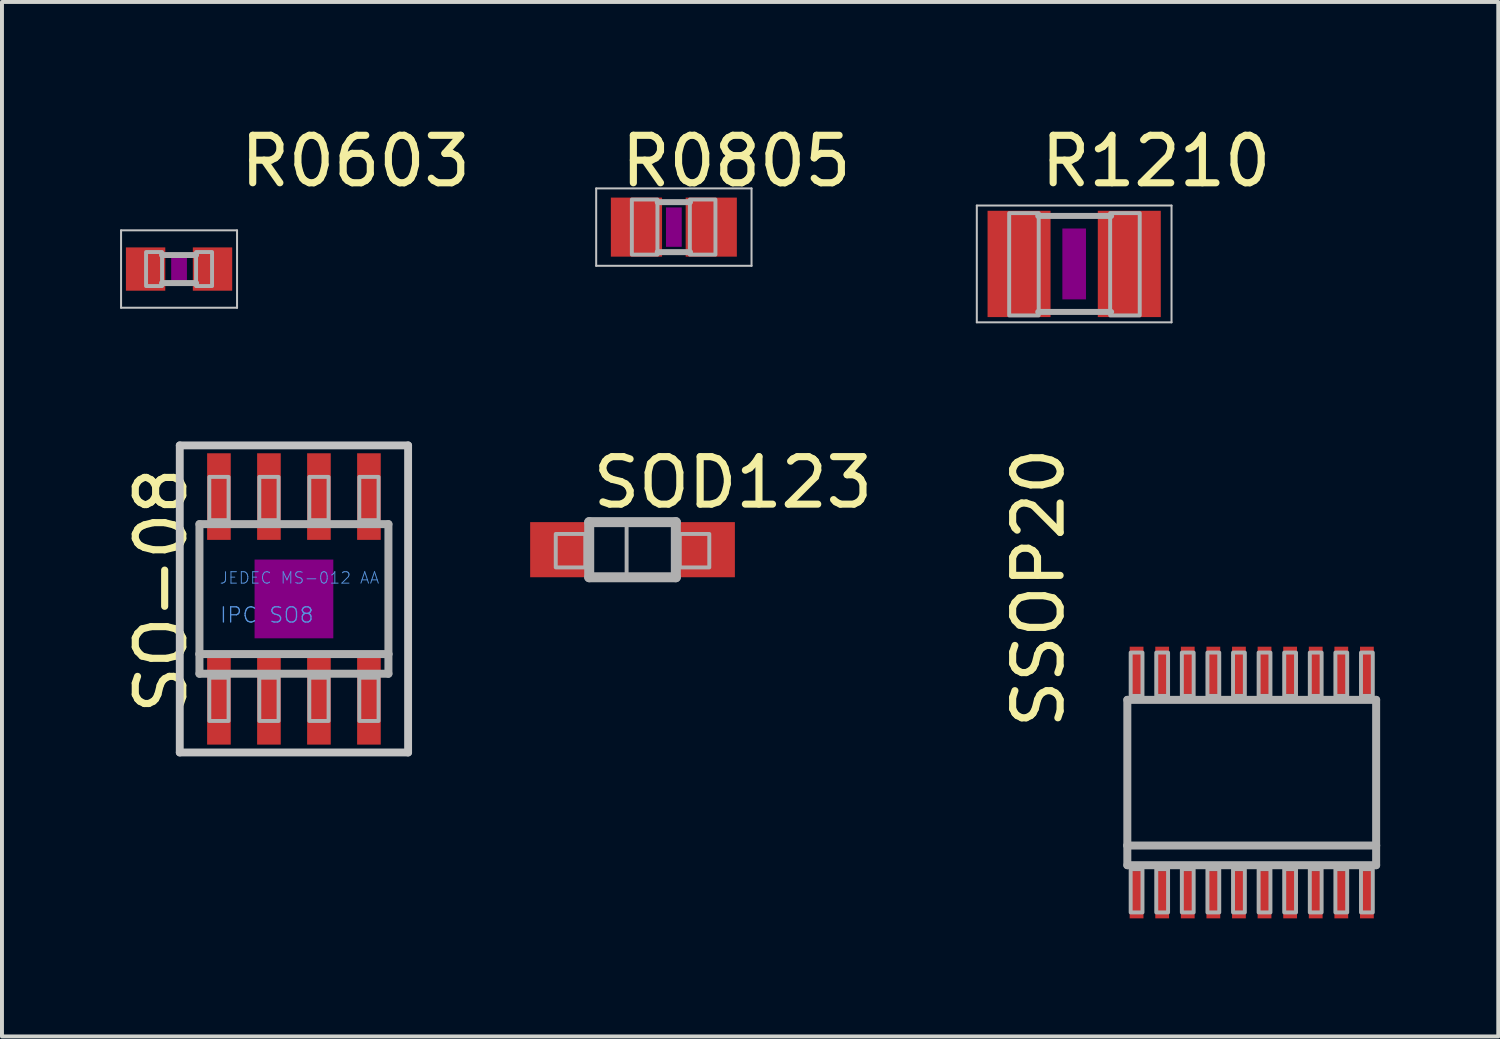
<source format=kicad_pcb>
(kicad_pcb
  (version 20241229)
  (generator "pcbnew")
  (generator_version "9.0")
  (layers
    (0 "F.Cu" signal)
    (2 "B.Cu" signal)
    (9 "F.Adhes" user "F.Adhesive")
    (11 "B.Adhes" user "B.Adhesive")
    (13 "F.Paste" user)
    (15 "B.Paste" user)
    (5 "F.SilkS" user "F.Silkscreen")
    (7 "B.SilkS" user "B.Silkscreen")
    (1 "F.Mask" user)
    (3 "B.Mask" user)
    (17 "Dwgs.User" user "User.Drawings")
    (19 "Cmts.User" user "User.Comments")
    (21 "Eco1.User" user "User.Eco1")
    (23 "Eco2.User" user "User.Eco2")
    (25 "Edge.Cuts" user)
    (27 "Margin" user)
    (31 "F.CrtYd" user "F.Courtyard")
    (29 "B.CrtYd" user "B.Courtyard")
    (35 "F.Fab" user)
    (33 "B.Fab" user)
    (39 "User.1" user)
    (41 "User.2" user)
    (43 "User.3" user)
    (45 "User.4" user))
  (footprint "SSOP20"
    (layer "F.Cu")
    (at 28.744 16.826)
    (property "Reference" "SSOP20" (at -4.71 -1.295 90) (layer "F.SilkS") (effects (font (size 1.206 1.206) (thickness 0.181)) (justify left bottom)))
    (attr through_hole)
    (fp_line (start -3.16 -2.1) (end 3.16 -2.1) (stroke (width 0.203) (type solid)) (layer "F.Fab"))
    (fp_line (start -3.16 1.6) (end -3.16 -2.1) (stroke (width 0.203) (type solid)) (layer "F.Fab"))
    (fp_line (start -3.16 2.1) (end -3.16 1.6) (stroke (width 0.203) (type solid)) (layer "F.Fab"))
    (fp_line (start 3.16 -2.1) (end 3.16 1.6) (stroke (width 0.203) (type solid)) (layer "F.Fab"))
    (fp_line (start 3.16 1.6) (end -3.16 1.6) (stroke (width 0.203) (type solid)) (layer "F.Fab"))
    (fp_line (start 3.16 1.6) (end 3.16 2.1) (stroke (width 0.203) (type solid)) (layer "F.Fab"))
    (fp_line (start 3.16 2.1) (end -3.16 2.1) (stroke (width 0.203) (type solid)) (layer "F.Fab"))
    (fp_poly (pts (xy -3.075 3.3) (xy -2.775 3.3) (xy -2.775 2.2) (xy -3.075 2.2)) (stroke (width 0.1) (type solid)) (fill no) (layer "F.Fab"))
    (fp_poly (pts (xy -2.775 -3.3) (xy -3.075 -3.3) (xy -3.075 -2.2) (xy -2.775 -2.2)) (stroke (width 0.1) (type solid)) (fill no) (layer "F.Fab"))
    (fp_poly (pts (xy -2.425 3.3) (xy -2.125 3.3) (xy -2.125 2.2) (xy -2.425 2.2)) (stroke (width 0.1) (type solid)) (fill no) (layer "F.Fab"))
    (fp_poly (pts (xy -2.125 -3.3) (xy -2.425 -3.3) (xy -2.425 -2.2) (xy -2.125 -2.2)) (stroke (width 0.1) (type solid)) (fill no) (layer "F.Fab"))
    (fp_poly (pts (xy -1.775 3.3) (xy -1.475 3.3) (xy -1.475 2.2) (xy -1.775 2.2)) (stroke (width 0.1) (type solid)) (fill no) (layer "F.Fab"))
    (fp_poly (pts (xy -1.475 -3.3) (xy -1.775 -3.3) (xy -1.775 -2.2) (xy -1.475 -2.2)) (stroke (width 0.1) (type solid)) (fill no) (layer "F.Fab"))
    (fp_poly (pts (xy -1.125 3.3) (xy -0.825 3.3) (xy -0.825 2.2) (xy -1.125 2.2)) (stroke (width 0.1) (type solid)) (fill no) (layer "F.Fab"))
    (fp_poly (pts (xy -0.825 -3.3) (xy -1.125 -3.3) (xy -1.125 -2.2) (xy -0.825 -2.2)) (stroke (width 0.1) (type solid)) (fill no) (layer "F.Fab"))
    (fp_poly (pts (xy -0.475 3.3) (xy -0.175 3.3) (xy -0.175 2.2) (xy -0.475 2.2)) (stroke (width 0.1) (type solid)) (fill no) (layer "F.Fab"))
    (fp_poly (pts (xy -0.175 -3.3) (xy -0.475 -3.3) (xy -0.475 -2.2) (xy -0.175 -2.2)) (stroke (width 0.1) (type solid)) (fill no) (layer "F.Fab"))
    (fp_poly (pts (xy 0.175 3.3) (xy 0.475 3.3) (xy 0.475 2.2) (xy 0.175 2.2)) (stroke (width 0.1) (type solid)) (fill no) (layer "F.Fab"))
    (fp_poly (pts (xy 0.475 -3.3) (xy 0.175 -3.3) (xy 0.175 -2.2) (xy 0.475 -2.2)) (stroke (width 0.1) (type solid)) (fill no) (layer "F.Fab"))
    (fp_poly (pts (xy 0.825 3.3) (xy 1.125 3.3) (xy 1.125 2.2) (xy 0.825 2.2)) (stroke (width 0.1) (type solid)) (fill no) (layer "F.Fab"))
    (fp_poly (pts (xy 1.125 -3.3) (xy 0.825 -3.3) (xy 0.825 -2.2) (xy 1.125 -2.2)) (stroke (width 0.1) (type solid)) (fill no) (layer "F.Fab"))
    (fp_poly (pts (xy 1.475 3.3) (xy 1.775 3.3) (xy 1.775 2.2) (xy 1.475 2.2)) (stroke (width 0.1) (type solid)) (fill no) (layer "F.Fab"))
    (fp_poly (pts (xy 1.775 -3.3) (xy 1.475 -3.3) (xy 1.475 -2.2) (xy 1.775 -2.2)) (stroke (width 0.1) (type solid)) (fill no) (layer "F.Fab"))
    (fp_poly (pts (xy 2.125 3.3) (xy 2.425 3.3) (xy 2.425 2.2) (xy 2.125 2.2)) (stroke (width 0.1) (type solid)) (fill no) (layer "F.Fab"))
    (fp_poly (pts (xy 2.425 -3.3) (xy 2.125 -3.3) (xy 2.125 -2.2) (xy 2.425 -2.2)) (stroke (width 0.1) (type solid)) (fill no) (layer "F.Fab"))
    (fp_poly (pts (xy 2.775 3.3) (xy 3.075 3.3) (xy 3.075 2.2) (xy 2.775 2.2)) (stroke (width 0.1) (type solid)) (fill no) (layer "F.Fab"))
    (fp_poly (pts (xy 3.075 -3.3) (xy 2.775 -3.3) (xy 2.775 -2.2) (xy 3.075 -2.2)) (stroke (width 0.1) (type solid)) (fill no) (layer "F.Fab"))
    (pad "1" smd rect (at -2.925 2.85) (size 0.35 1.2) (layers "F.Cu" "F.Mask" "F.Paste"))
    (pad "2" smd rect (at -2.275 2.85) (size 0.35 1.2) (layers "F.Cu" "F.Mask" "F.Paste"))
    (pad "3" smd rect (at -1.625 2.85) (size 0.35 1.2) (layers "F.Cu" "F.Mask" "F.Paste"))
    (pad "4" smd rect (at -0.975 2.85) (size 0.35 1.2) (layers "F.Cu" "F.Mask" "F.Paste"))
    (pad "5" smd rect (at -0.325 2.85) (size 0.35 1.2) (layers "F.Cu" "F.Mask" "F.Paste"))
    (pad "6" smd rect (at 0.325 2.85) (size 0.35 1.2) (layers "F.Cu" "F.Mask" "F.Paste"))
    (pad "7" smd rect (at 0.975 2.85) (size 0.35 1.2) (layers "F.Cu" "F.Mask" "F.Paste"))
    (pad "8" smd rect (at 1.625 2.85) (size 0.35 1.2) (layers "F.Cu" "F.Mask" "F.Paste"))
    (pad "9" smd rect (at 2.275 2.85) (size 0.35 1.2) (layers "F.Cu" "F.Mask" "F.Paste"))
    (pad "10" smd rect (at 2.925 2.85) (size 0.35 1.2) (layers "F.Cu" "F.Mask" "F.Paste"))
    (pad "11" smd rect (at 2.925 -2.85 180) (size 0.35 1.2) (layers "F.Cu" "F.Mask" "F.Paste"))
    (pad "12" smd rect (at 2.275 -2.85 180) (size 0.35 1.2) (layers "F.Cu" "F.Mask" "F.Paste"))
    (pad "13" smd rect (at 1.625 -2.85 180) (size 0.35 1.2) (layers "F.Cu" "F.Mask" "F.Paste"))
    (pad "14" smd rect (at 0.975 -2.85 180) (size 0.35 1.2) (layers "F.Cu" "F.Mask" "F.Paste"))
    (pad "15" smd rect (at 0.325 -2.85 180) (size 0.35 1.2) (layers "F.Cu" "F.Mask" "F.Paste"))
    (pad "16" smd rect (at -0.325 -2.85 180) (size 0.35 1.2) (layers "F.Cu" "F.Mask" "F.Paste"))
    (pad "17" smd rect (at -0.975 -2.85 180) (size 0.35 1.2) (layers "F.Cu" "F.Mask" "F.Paste"))
    (pad "18" smd rect (at -1.625 -2.85 180) (size 0.35 1.2) (layers "F.Cu" "F.Mask" "F.Paste"))
    (pad "19" smd rect (at -2.275 -2.85 180) (size 0.35 1.2) (layers "F.Cu" "F.Mask" "F.Paste"))
    (pad "20" smd rect (at -2.925 -2.85 180) (size 0.35 1.2) (layers "F.Cu" "F.Mask" "F.Paste")))
  (footprint "R0805"
    (layer "F.Cu")
    (at 14.066 2.719)
    (property "Reference" "R0805" (at -1.435 -0.97 180) (layer "F.SilkS") (effects (font (size 1.206 1.206) (thickness 0.181)) (justify left bottom)))
    (attr through_hole)
    (fp_poly (pts (xy -0.2 0.5) (xy 0.2 0.5) (xy 0.2 -0.5) (xy -0.2 -0.5)) (stroke (width 0) (type solid)) (fill yes) (layer "F.Adhes"))
    (fp_line (start -1.973 -0.983) (end 1.973 -0.983) (stroke (width 0.051) (type solid)) (layer "Dwgs.User"))
    (fp_line (start -1.973 0.983) (end -1.973 -0.983) (stroke (width 0.051) (type solid)) (layer "Dwgs.User"))
    (fp_line (start 1.973 -0.983) (end 1.973 0.983) (stroke (width 0.051) (type solid)) (layer "Dwgs.User"))
    (fp_line (start 1.973 0.983) (end -1.973 0.983) (stroke (width 0.051) (type solid)) (layer "Dwgs.User"))
    (fp_line (start -0.41 -0.635) (end 0.41 -0.635) (stroke (width 0.152) (type solid)) (layer "F.Fab"))
    (fp_line (start -0.41 0.635) (end 0.41 0.635) (stroke (width 0.152) (type solid)) (layer "F.Fab"))
    (fp_poly (pts (xy -1.067 0.699) (xy -0.417 0.699) (xy -0.417 -0.702) (xy -1.067 -0.702)) (stroke (width 0.1) (type solid)) (fill no) (layer "F.Fab"))
    (fp_poly (pts (xy 0.406 0.699) (xy 1.056 0.699) (xy 1.056 -0.702) (xy 0.406 -0.702)) (stroke (width 0.1) (type solid)) (fill no) (layer "F.Fab"))
    (pad "1" smd rect (at -0.95 0) (size 1.3 1.5) (layers "F.Cu" "F.Mask" "F.Paste"))
    (pad "2" smd rect (at 0.95 0) (size 1.3 1.5) (layers "F.Cu" "F.Mask" "F.Paste")))
  (footprint "SOD123"
    (layer "F.Cu")
    (at 13.016 10.912)
    (property "Reference" "SOD123" (at -1.1 -1 180) (layer "F.SilkS") (effects (font (size 1.206 1.206) (thickness 0.181)) (justify left bottom)))
    (attr through_hole)
    (fp_line (start -1.1 -0.7) (end 1.1 -0.7) (stroke (width 0.254) (type solid)) (layer "F.Fab"))
    (fp_line (start -1.1 0.7) (end -1.1 -0.7) (stroke (width 0.254) (type solid)) (layer "F.Fab"))
    (fp_line (start 1.1 -0.7) (end 1.1 0.7) (stroke (width 0.254) (type solid)) (layer "F.Fab"))
    (fp_line (start 1.1 0.7) (end -1.1 0.7) (stroke (width 0.254) (type solid)) (layer "F.Fab"))
    (fp_poly (pts (xy -1.95 0.45) (xy -1.2 0.45) (xy -1.2 -0.4) (xy -1.95 -0.4)) (stroke (width 0.1) (type solid)) (fill no) (layer "F.Fab"))
    (fp_poly (pts (xy -1.05 0.65) (xy -0.15 0.65) (xy -0.15 -0.7) (xy -1.05 -0.7)) (stroke (width 0.1) (type solid)) (fill no) (layer "F.Fab"))
    (fp_poly (pts (xy 1.2 0.45) (xy 1.95 0.45) (xy 1.95 -0.4) (xy 1.2 -0.4)) (stroke (width 0.1) (type solid)) (fill no) (layer "F.Fab"))
    (pad "A" smd rect (at 1.9 0) (size 1.4 1.4) (layers "F.Cu" "F.Mask" "F.Paste"))
    (pad "C" smd rect (at -1.9 0) (size 1.4 1.4) (layers "F.Cu" "F.Mask" "F.Paste")))
  (footprint "SO-08"
    (layer "F.Cu")
    (at 4.416 12.163)
    (property "Reference" "SO-08" (at -2.667 3.005 270) (layer "F.SilkS") (effects (font (size 1.206 1.206) (thickness 0.181)) (justify left bottom)))
    (attr through_hole)
    (fp_poly (pts (xy -1 1) (xy 1 1) (xy 1 -1) (xy -1 -1)) (stroke (width 0) (type solid)) (fill yes) (layer "F.Adhes"))
    (fp_line (start -2.9 -3.9) (end 2.9 -3.9) (stroke (width 0.2) (type solid)) (layer "Dwgs.User"))
    (fp_line (start -2.9 3.9) (end -2.9 -3.9) (stroke (width 0.2) (type solid)) (layer "Dwgs.User"))
    (fp_line (start 2.9 -3.9) (end 2.9 3.9) (stroke (width 0.2) (type solid)) (layer "Dwgs.User"))
    (fp_line (start 2.9 3.9) (end -2.9 3.9) (stroke (width 0.2) (type solid)) (layer "Dwgs.User"))
    (fp_line (start -2.4 -1.9) (end 2.4 -1.9) (stroke (width 0.203) (type solid)) (layer "F.Fab"))
    (fp_line (start -2.4 1.4) (end -2.4 -1.9) (stroke (width 0.203) (type solid)) (layer "F.Fab"))
    (fp_line (start -2.4 1.9) (end -2.4 1.4) (stroke (width 0.203) (type solid)) (layer "F.Fab"))
    (fp_line (start 2.4 -1.9) (end 2.4 1.4) (stroke (width 0.203) (type solid)) (layer "F.Fab"))
    (fp_line (start 2.4 1.4) (end -2.4 1.4) (stroke (width 0.203) (type solid)) (layer "F.Fab"))
    (fp_line (start 2.4 1.4) (end 2.4 1.9) (stroke (width 0.203) (type solid)) (layer "F.Fab"))
    (fp_line (start 2.4 1.9) (end -2.4 1.9) (stroke (width 0.203) (type solid)) (layer "F.Fab"))
    (fp_poly (pts (xy -2.15 -2) (xy -1.66 -2) (xy -1.66 -3.1) (xy -2.15 -3.1)) (stroke (width 0.1) (type solid)) (fill no) (layer "F.Fab"))
    (fp_poly (pts (xy -2.15 3.1) (xy -1.66 3.1) (xy -1.66 2) (xy -2.15 2)) (stroke (width 0.1) (type solid)) (fill no) (layer "F.Fab"))
    (fp_poly (pts (xy -0.88 -2) (xy -0.39 -2) (xy -0.39 -3.1) (xy -0.88 -3.1)) (stroke (width 0.1) (type solid)) (fill no) (layer "F.Fab"))
    (fp_poly (pts (xy -0.88 3.1) (xy -0.39 3.1) (xy -0.39 2) (xy -0.88 2)) (stroke (width 0.1) (type solid)) (fill no) (layer "F.Fab"))
    (fp_poly (pts (xy 0.39 -2) (xy 0.88 -2) (xy 0.88 -3.1) (xy 0.39 -3.1)) (stroke (width 0.1) (type solid)) (fill no) (layer "F.Fab"))
    (fp_poly (pts (xy 0.39 3.1) (xy 0.88 3.1) (xy 0.88 2) (xy 0.39 2)) (stroke (width 0.1) (type solid)) (fill no) (layer "F.Fab"))
    (fp_poly (pts (xy 1.66 -2) (xy 2.15 -2) (xy 2.15 -3.1) (xy 1.66 -3.1)) (stroke (width 0.1) (type solid)) (fill no) (layer "F.Fab"))
    (fp_poly (pts (xy 1.66 3.1) (xy 2.15 3.1) (xy 2.15 2) (xy 1.66 2)) (stroke (width 0.1) (type solid)) (fill no) (layer "F.Fab"))
    (fp_text user "IPC SO8" (at -1.905 0.635 0) (layer "Cmts.User") (effects (font (size 0.386 0.386) (thickness 0.033)) (justify left bottom)))
    (fp_text user "JEDEC MS-012 AA" (at -1.905 -0.365 0) (layer "Cmts.User") (effects (font (size 0.29 0.29) (thickness 0.024)) (justify left bottom)))
    (pad "1" smd rect (at -1.905 2.6) (size 0.6 2.2) (layers "F.Cu" "F.Mask" "F.Paste"))
    (pad "2" smd rect (at -0.635 2.6) (size 0.6 2.2) (layers "F.Cu" "F.Mask" "F.Paste"))
    (pad "3" smd rect (at 0.635 2.6) (size 0.6 2.2) (layers "F.Cu" "F.Mask" "F.Paste"))
    (pad "4" smd rect (at 1.905 2.6) (size 0.6 2.2) (layers "F.Cu" "F.Mask" "F.Paste"))
    (pad "5" smd rect (at 1.905 -2.6) (size 0.6 2.2) (layers "F.Cu" "F.Mask" "F.Paste"))
    (pad "6" smd rect (at 0.635 -2.6) (size 0.6 2.2) (layers "F.Cu" "F.Mask" "F.Paste"))
    (pad "7" smd rect (at -0.635 -2.6) (size 0.6 2.2) (layers "F.Cu" "F.Mask" "F.Paste"))
    (pad "8" smd rect (at -1.905 -2.6) (size 0.6 2.2) (layers "F.Cu" "F.Mask" "F.Paste")))
  (footprint "R1210"
    (layer "F.Cu")
    (at 24.234 3.654)
    (property "Reference" "R1210" (at -0.94 -1.905 0) (layer "F.SilkS") (effects (font (size 1.206 1.206) (thickness 0.181)) (justify left bottom)))
    (attr through_hole)
    (fp_poly (pts (xy -0.3 0.9) (xy 0.3 0.9) (xy 0.3 -0.9) (xy -0.3 -0.9)) (stroke (width 0) (type solid)) (fill yes) (layer "F.Adhes"))
    (fp_line (start -2.473 -1.483) (end 2.473 -1.483) (stroke (width 0.051) (type solid)) (layer "Dwgs.User"))
    (fp_line (start -2.473 1.483) (end -2.473 -1.483) (stroke (width 0.051) (type solid)) (layer "Dwgs.User"))
    (fp_line (start 2.473 -1.483) (end 2.473 1.483) (stroke (width 0.051) (type solid)) (layer "Dwgs.User"))
    (fp_line (start 2.473 1.483) (end -2.473 1.483) (stroke (width 0.051) (type solid)) (layer "Dwgs.User"))
    (fp_line (start -0.913 -1.219) (end 0.939 -1.219) (stroke (width 0.152) (type solid)) (layer "F.Fab"))
    (fp_line (start -0.913 1.219) (end 0.939 1.219) (stroke (width 0.152) (type solid)) (layer "F.Fab"))
    (fp_poly (pts (xy -1.651 1.308) (xy -0.901 1.308) (xy -0.901 -1.292) (xy -1.651 -1.292)) (stroke (width 0.1) (type solid)) (fill no) (layer "F.Fab"))
    (fp_poly (pts (xy 0.914 1.308) (xy 1.665 1.308) (xy 1.665 -1.292) (xy 0.914 -1.292)) (stroke (width 0.1) (type solid)) (fill no) (layer "F.Fab"))
    (pad "1" smd rect (at -1.4 0) (size 1.6 2.7) (layers "F.Cu" "F.Mask" "F.Paste"))
    (pad "2" smd rect (at 1.4 0) (size 1.6 2.7) (layers "F.Cu" "F.Mask" "F.Paste")))
  (footprint "R0603"
    (layer "F.Cu")
    (at 1.498 3.784)
    (property "Reference" "R0603" (at 1.465 -2.035 0) (layer "F.SilkS") (effects (font (size 1.206 1.206) (thickness 0.181)) (justify left bottom)))
    (attr through_hole)
    (fp_poly (pts (xy -0.2 0.4) (xy 0.2 0.4) (xy 0.2 -0.4) (xy -0.2 -0.4)) (stroke (width 0) (type solid)) (fill yes) (layer "F.Adhes"))
    (fp_line (start -1.473 -0.983) (end 1.473 -0.983) (stroke (width 0.051) (type solid)) (layer "Dwgs.User"))
    (fp_line (start -1.473 0.983) (end -1.473 -0.983) (stroke (width 0.051) (type solid)) (layer "Dwgs.User"))
    (fp_line (start 1.473 -0.983) (end 1.473 0.983) (stroke (width 0.051) (type solid)) (layer "Dwgs.User"))
    (fp_line (start 1.473 0.983) (end -1.473 0.983) (stroke (width 0.051) (type solid)) (layer "Dwgs.User"))
    (fp_line (start -0.432 0.356) (end 0.432 0.356) (stroke (width 0.152) (type solid)) (layer "F.Fab"))
    (fp_line (start 0.432 -0.356) (end -0.432 -0.356) (stroke (width 0.152) (type solid)) (layer "F.Fab"))
    (fp_poly (pts (xy -0.838 0.432) (xy -0.432 0.432) (xy -0.432 -0.432) (xy -0.838 -0.432)) (stroke (width 0.1) (type solid)) (fill no) (layer "F.Fab"))
    (fp_poly (pts (xy 0.432 0.432) (xy 0.838 0.432) (xy 0.838 -0.432) (xy 0.432 -0.432)) (stroke (width 0.1) (type solid)) (fill no) (layer "F.Fab"))
    (pad "1" smd rect (at -0.85 0) (size 1 1.1) (layers "F.Cu" "F.Mask" "F.Paste"))
    (pad "2" smd rect (at 0.85 0) (size 1 1.1) (layers "F.Cu" "F.Mask" "F.Paste")))
  (gr_rect
    (start -3 -3)
    (end 35.006 23.276)
    (stroke (width 0.1) (type default))
    (fill no)
    (layer "Edge.Cuts")))
</source>
